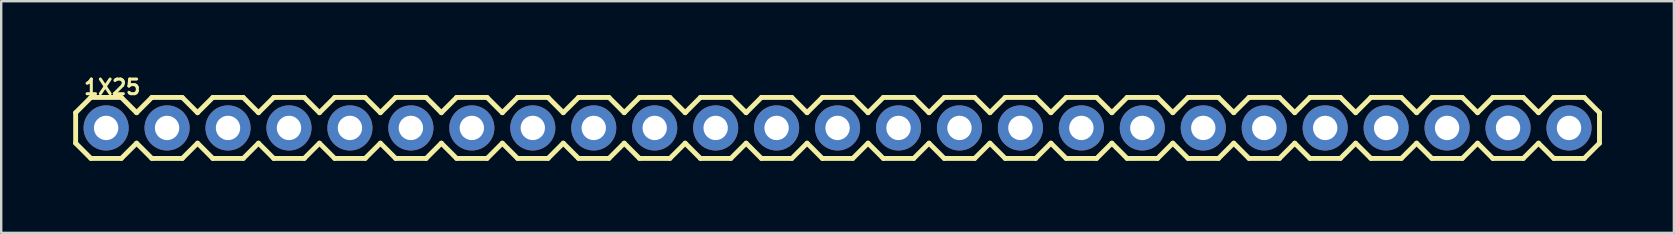
<source format=kicad_pcb>
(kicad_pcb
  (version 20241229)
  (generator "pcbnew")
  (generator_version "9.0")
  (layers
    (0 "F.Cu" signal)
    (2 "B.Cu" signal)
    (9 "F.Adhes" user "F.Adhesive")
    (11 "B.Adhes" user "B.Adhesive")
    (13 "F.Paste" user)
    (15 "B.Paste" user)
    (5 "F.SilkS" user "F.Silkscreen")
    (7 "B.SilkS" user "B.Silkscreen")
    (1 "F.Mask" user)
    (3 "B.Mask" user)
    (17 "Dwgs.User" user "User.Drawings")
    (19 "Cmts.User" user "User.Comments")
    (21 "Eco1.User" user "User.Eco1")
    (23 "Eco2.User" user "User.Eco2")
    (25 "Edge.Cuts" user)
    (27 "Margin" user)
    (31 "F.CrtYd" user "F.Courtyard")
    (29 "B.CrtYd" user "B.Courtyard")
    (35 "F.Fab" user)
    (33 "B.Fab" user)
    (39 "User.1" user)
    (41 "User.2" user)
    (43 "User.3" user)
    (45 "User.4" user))
  (footprint "1X25"
    (layer "F.Cu")
    (at 1.372 2.281)
    (property "Reference" "1X25" (at 0.254 -1.702 0) (layer "F.SilkS") (effects (font (size 0.61 0.61) (thickness 0.127))))
    (attr exclude_from_pos_files exclude_from_bom)
    (fp_line (start -1.27 -0.635) (end -1.27 0.635) (stroke (width 0.203) (type solid)) (layer "F.SilkS"))
    (fp_line (start -1.27 0.635) (end -0.635 1.27) (stroke (width 0.203) (type solid)) (layer "F.SilkS"))
    (fp_line (start -0.635 -1.27) (end -1.27 -0.635) (stroke (width 0.203) (type solid)) (layer "F.SilkS"))
    (fp_line (start -0.635 -1.27) (end 0.635 -1.27) (stroke (width 0.203) (type solid)) (layer "F.SilkS"))
    (fp_line (start 0.635 -1.27) (end 1.27 -0.635) (stroke (width 0.203) (type solid)) (layer "F.SilkS"))
    (fp_line (start 0.635 1.27) (end -0.635 1.27) (stroke (width 0.203) (type solid)) (layer "F.SilkS"))
    (fp_line (start 1.27 -0.635) (end 1.905 -1.27) (stroke (width 0.203) (type solid)) (layer "F.SilkS"))
    (fp_line (start 1.27 0.635) (end 0.635 1.27) (stroke (width 0.203) (type solid)) (layer "F.SilkS"))
    (fp_line (start 1.905 -1.27) (end 3.175 -1.27) (stroke (width 0.203) (type solid)) (layer "F.SilkS"))
    (fp_line (start 1.905 1.27) (end 1.27 0.635) (stroke (width 0.203) (type solid)) (layer "F.SilkS"))
    (fp_line (start 3.175 -1.27) (end 3.81 -0.635) (stroke (width 0.203) (type solid)) (layer "F.SilkS"))
    (fp_line (start 3.175 1.27) (end 1.905 1.27) (stroke (width 0.203) (type solid)) (layer "F.SilkS"))
    (fp_line (start 3.81 -0.635) (end 4.445 -1.27) (stroke (width 0.203) (type solid)) (layer "F.SilkS"))
    (fp_line (start 3.81 0.635) (end 3.175 1.27) (stroke (width 0.203) (type solid)) (layer "F.SilkS"))
    (fp_line (start 4.445 -1.27) (end 5.715 -1.27) (stroke (width 0.203) (type solid)) (layer "F.SilkS"))
    (fp_line (start 4.445 1.27) (end 3.81 0.635) (stroke (width 0.203) (type solid)) (layer "F.SilkS"))
    (fp_line (start 5.715 -1.27) (end 6.35 -0.635) (stroke (width 0.203) (type solid)) (layer "F.SilkS"))
    (fp_line (start 5.715 1.27) (end 4.445 1.27) (stroke (width 0.203) (type solid)) (layer "F.SilkS"))
    (fp_line (start 6.35 0.635) (end 5.715 1.27) (stroke (width 0.203) (type solid)) (layer "F.SilkS"))
    (fp_line (start 6.35 0.635) (end 6.985 1.27) (stroke (width 0.203) (type solid)) (layer "F.SilkS"))
    (fp_line (start 6.985 -1.27) (end 6.35 -0.635) (stroke (width 0.203) (type solid)) (layer "F.SilkS"))
    (fp_line (start 6.985 -1.27) (end 8.255 -1.27) (stroke (width 0.203) (type solid)) (layer "F.SilkS"))
    (fp_line (start 8.255 -1.27) (end 8.89 -0.635) (stroke (width 0.203) (type solid)) (layer "F.SilkS"))
    (fp_line (start 8.255 1.27) (end 6.985 1.27) (stroke (width 0.203) (type solid)) (layer "F.SilkS"))
    (fp_line (start 8.89 -0.635) (end 9.525 -1.27) (stroke (width 0.203) (type solid)) (layer "F.SilkS"))
    (fp_line (start 8.89 0.635) (end 8.255 1.27) (stroke (width 0.203) (type solid)) (layer "F.SilkS"))
    (fp_line (start 9.525 -1.27) (end 10.795 -1.27) (stroke (width 0.203) (type solid)) (layer "F.SilkS"))
    (fp_line (start 9.525 1.27) (end 8.89 0.635) (stroke (width 0.203) (type solid)) (layer "F.SilkS"))
    (fp_line (start 10.795 -1.27) (end 11.43 -0.635) (stroke (width 0.203) (type solid)) (layer "F.SilkS"))
    (fp_line (start 10.795 1.27) (end 9.525 1.27) (stroke (width 0.203) (type solid)) (layer "F.SilkS"))
    (fp_line (start 11.43 -0.635) (end 12.065 -1.27) (stroke (width 0.203) (type solid)) (layer "F.SilkS"))
    (fp_line (start 11.43 0.635) (end 10.795 1.27) (stroke (width 0.203) (type solid)) (layer "F.SilkS"))
    (fp_line (start 12.065 -1.27) (end 13.335 -1.27) (stroke (width 0.203) (type solid)) (layer "F.SilkS"))
    (fp_line (start 12.065 1.27) (end 11.43 0.635) (stroke (width 0.203) (type solid)) (layer "F.SilkS"))
    (fp_line (start 13.335 -1.27) (end 13.97 -0.635) (stroke (width 0.203) (type solid)) (layer "F.SilkS"))
    (fp_line (start 13.335 1.27) (end 12.065 1.27) (stroke (width 0.203) (type solid)) (layer "F.SilkS"))
    (fp_line (start 13.97 0.635) (end 13.335 1.27) (stroke (width 0.203) (type solid)) (layer "F.SilkS"))
    (fp_line (start 13.97 0.635) (end 14.605 1.27) (stroke (width 0.203) (type solid)) (layer "F.SilkS"))
    (fp_line (start 14.605 -1.27) (end 13.97 -0.635) (stroke (width 0.203) (type solid)) (layer "F.SilkS"))
    (fp_line (start 14.605 -1.27) (end 15.875 -1.27) (stroke (width 0.203) (type solid)) (layer "F.SilkS"))
    (fp_line (start 15.875 -1.27) (end 16.51 -0.635) (stroke (width 0.203) (type solid)) (layer "F.SilkS"))
    (fp_line (start 15.875 1.27) (end 14.605 1.27) (stroke (width 0.203) (type solid)) (layer "F.SilkS"))
    (fp_line (start 16.51 0.635) (end 15.875 1.27) (stroke (width 0.203) (type solid)) (layer "F.SilkS"))
    (fp_line (start 16.51 0.635) (end 17.145 1.27) (stroke (width 0.203) (type solid)) (layer "F.SilkS"))
    (fp_line (start 17.145 -1.27) (end 16.51 -0.635) (stroke (width 0.203) (type solid)) (layer "F.SilkS"))
    (fp_line (start 17.145 -1.27) (end 18.415 -1.27) (stroke (width 0.203) (type solid)) (layer "F.SilkS"))
    (fp_line (start 18.415 -1.27) (end 19.05 -0.635) (stroke (width 0.203) (type solid)) (layer "F.SilkS"))
    (fp_line (start 18.415 1.27) (end 17.145 1.27) (stroke (width 0.203) (type solid)) (layer "F.SilkS"))
    (fp_line (start 19.05 -0.635) (end 19.685 -1.27) (stroke (width 0.203) (type solid)) (layer "F.SilkS"))
    (fp_line (start 19.05 0.635) (end 18.415 1.27) (stroke (width 0.203) (type solid)) (layer "F.SilkS"))
    (fp_line (start 19.685 -1.27) (end 20.955 -1.27) (stroke (width 0.203) (type solid)) (layer "F.SilkS"))
    (fp_line (start 19.685 1.27) (end 19.05 0.635) (stroke (width 0.203) (type solid)) (layer "F.SilkS"))
    (fp_line (start 20.955 -1.27) (end 21.59 -0.635) (stroke (width 0.203) (type solid)) (layer "F.SilkS"))
    (fp_line (start 20.955 1.27) (end 19.685 1.27) (stroke (width 0.203) (type solid)) (layer "F.SilkS"))
    (fp_line (start 21.59 -0.635) (end 22.225 -1.27) (stroke (width 0.203) (type solid)) (layer "F.SilkS"))
    (fp_line (start 21.59 0.635) (end 20.955 1.27) (stroke (width 0.203) (type solid)) (layer "F.SilkS"))
    (fp_line (start 22.225 -1.27) (end 23.495 -1.27) (stroke (width 0.203) (type solid)) (layer "F.SilkS"))
    (fp_line (start 22.225 1.27) (end 21.59 0.635) (stroke (width 0.203) (type solid)) (layer "F.SilkS"))
    (fp_line (start 23.495 -1.27) (end 24.13 -0.635) (stroke (width 0.203) (type solid)) (layer "F.SilkS"))
    (fp_line (start 23.495 1.27) (end 22.225 1.27) (stroke (width 0.203) (type solid)) (layer "F.SilkS"))
    (fp_line (start 24.13 0.635) (end 23.495 1.27) (stroke (width 0.203) (type solid)) (layer "F.SilkS"))
    (fp_line (start 24.13 0.635) (end 24.765 1.27) (stroke (width 0.203) (type solid)) (layer "F.SilkS"))
    (fp_line (start 24.765 -1.27) (end 24.13 -0.635) (stroke (width 0.203) (type solid)) (layer "F.SilkS"))
    (fp_line (start 24.765 -1.27) (end 26.035 -1.27) (stroke (width 0.203) (type solid)) (layer "F.SilkS"))
    (fp_line (start 26.035 -1.27) (end 26.67 -0.635) (stroke (width 0.203) (type solid)) (layer "F.SilkS"))
    (fp_line (start 26.035 1.27) (end 24.765 1.27) (stroke (width 0.203) (type solid)) (layer "F.SilkS"))
    (fp_line (start 26.67 -0.635) (end 27.305 -1.27) (stroke (width 0.203) (type solid)) (layer "F.SilkS"))
    (fp_line (start 26.67 0.635) (end 26.035 1.27) (stroke (width 0.203) (type solid)) (layer "F.SilkS"))
    (fp_line (start 27.305 -1.27) (end 28.575 -1.27) (stroke (width 0.203) (type solid)) (layer "F.SilkS"))
    (fp_line (start 27.305 1.27) (end 26.67 0.635) (stroke (width 0.203) (type solid)) (layer "F.SilkS"))
    (fp_line (start 28.575 -1.27) (end 29.21 -0.635) (stroke (width 0.203) (type solid)) (layer "F.SilkS"))
    (fp_line (start 28.575 1.27) (end 27.305 1.27) (stroke (width 0.203) (type solid)) (layer "F.SilkS"))
    (fp_line (start 29.21 -0.635) (end 29.845 -1.27) (stroke (width 0.203) (type solid)) (layer "F.SilkS"))
    (fp_line (start 29.21 0.635) (end 28.575 1.27) (stroke (width 0.203) (type solid)) (layer "F.SilkS"))
    (fp_line (start 29.845 -1.27) (end 31.115 -1.27) (stroke (width 0.203) (type solid)) (layer "F.SilkS"))
    (fp_line (start 29.845 1.27) (end 29.21 0.635) (stroke (width 0.203) (type solid)) (layer "F.SilkS"))
    (fp_line (start 31.115 -1.27) (end 31.75 -0.635) (stroke (width 0.203) (type solid)) (layer "F.SilkS"))
    (fp_line (start 31.115 1.27) (end 29.845 1.27) (stroke (width 0.203) (type solid)) (layer "F.SilkS"))
    (fp_line (start 31.75 0.635) (end 31.115 1.27) (stroke (width 0.203) (type solid)) (layer "F.SilkS"))
    (fp_line (start 31.75 0.635) (end 32.385 1.27) (stroke (width 0.203) (type solid)) (layer "F.SilkS"))
    (fp_line (start 32.385 -1.27) (end 31.75 -0.635) (stroke (width 0.203) (type solid)) (layer "F.SilkS"))
    (fp_line (start 32.385 -1.27) (end 33.655 -1.27) (stroke (width 0.203) (type solid)) (layer "F.SilkS"))
    (fp_line (start 33.655 -1.27) (end 34.29 -0.635) (stroke (width 0.203) (type solid)) (layer "F.SilkS"))
    (fp_line (start 33.655 1.27) (end 32.385 1.27) (stroke (width 0.203) (type solid)) (layer "F.SilkS"))
    (fp_line (start 34.29 0.635) (end 33.655 1.27) (stroke (width 0.203) (type solid)) (layer "F.SilkS"))
    (fp_line (start 34.29 0.635) (end 34.925 1.27) (stroke (width 0.203) (type solid)) (layer "F.SilkS"))
    (fp_line (start 34.925 -1.27) (end 34.29 -0.635) (stroke (width 0.203) (type solid)) (layer "F.SilkS"))
    (fp_line (start 34.925 -1.27) (end 36.195 -1.27) (stroke (width 0.203) (type solid)) (layer "F.SilkS"))
    (fp_line (start 36.195 -1.27) (end 36.83 -0.635) (stroke (width 0.203) (type solid)) (layer "F.SilkS"))
    (fp_line (start 36.195 1.27) (end 34.925 1.27) (stroke (width 0.203) (type solid)) (layer "F.SilkS"))
    (fp_line (start 36.83 0.635) (end 36.195 1.27) (stroke (width 0.203) (type solid)) (layer "F.SilkS"))
    (fp_line (start 36.83 0.635) (end 37.465 1.27) (stroke (width 0.203) (type solid)) (layer "F.SilkS"))
    (fp_line (start 37.465 -1.27) (end 36.83 -0.635) (stroke (width 0.203) (type solid)) (layer "F.SilkS"))
    (fp_line (start 37.465 -1.27) (end 38.735 -1.27) (stroke (width 0.203) (type solid)) (layer "F.SilkS"))
    (fp_line (start 38.735 -1.27) (end 39.37 -0.635) (stroke (width 0.203) (type solid)) (layer "F.SilkS"))
    (fp_line (start 38.735 1.27) (end 37.465 1.27) (stroke (width 0.203) (type solid)) (layer "F.SilkS"))
    (fp_line (start 39.37 0.635) (end 38.735 1.27) (stroke (width 0.203) (type solid)) (layer "F.SilkS"))
    (fp_line (start 39.37 0.635) (end 40.005 1.27) (stroke (width 0.203) (type solid)) (layer "F.SilkS"))
    (fp_line (start 40.005 -1.27) (end 39.37 -0.635) (stroke (width 0.203) (type solid)) (layer "F.SilkS"))
    (fp_line (start 40.005 -1.27) (end 41.275 -1.27) (stroke (width 0.203) (type solid)) (layer "F.SilkS"))
    (fp_line (start 41.275 -1.27) (end 41.91 -0.635) (stroke (width 0.203) (type solid)) (layer "F.SilkS"))
    (fp_line (start 41.275 1.27) (end 40.005 1.27) (stroke (width 0.203) (type solid)) (layer "F.SilkS"))
    (fp_line (start 41.91 0.635) (end 41.275 1.27) (stroke (width 0.203) (type solid)) (layer "F.SilkS"))
    (fp_line (start 41.91 0.635) (end 42.545 1.27) (stroke (width 0.203) (type solid)) (layer "F.SilkS"))
    (fp_line (start 42.545 -1.27) (end 41.91 -0.635) (stroke (width 0.203) (type solid)) (layer "F.SilkS"))
    (fp_line (start 42.545 -1.27) (end 43.815 -1.27) (stroke (width 0.203) (type solid)) (layer "F.SilkS"))
    (fp_line (start 43.815 -1.27) (end 44.45 -0.635) (stroke (width 0.203) (type solid)) (layer "F.SilkS"))
    (fp_line (start 43.815 1.27) (end 42.545 1.27) (stroke (width 0.203) (type solid)) (layer "F.SilkS"))
    (fp_line (start 44.45 0.635) (end 43.815 1.27) (stroke (width 0.203) (type solid)) (layer "F.SilkS"))
    (fp_line (start 44.45 0.635) (end 45.085 1.27) (stroke (width 0.203) (type solid)) (layer "F.SilkS"))
    (fp_line (start 45.085 -1.27) (end 44.45 -0.635) (stroke (width 0.203) (type solid)) (layer "F.SilkS"))
    (fp_line (start 45.085 -1.27) (end 46.355 -1.27) (stroke (width 0.203) (type solid)) (layer "F.SilkS"))
    (fp_line (start 46.355 -1.27) (end 46.99 -0.635) (stroke (width 0.203) (type solid)) (layer "F.SilkS"))
    (fp_line (start 46.355 1.27) (end 45.085 1.27) (stroke (width 0.203) (type solid)) (layer "F.SilkS"))
    (fp_line (start 46.99 0.635) (end 46.355 1.27) (stroke (width 0.203) (type solid)) (layer "F.SilkS"))
    (fp_line (start 46.99 0.635) (end 47.625 1.27) (stroke (width 0.203) (type solid)) (layer "F.SilkS"))
    (fp_line (start 47.625 -1.27) (end 46.99 -0.635) (stroke (width 0.203) (type solid)) (layer "F.SilkS"))
    (fp_line (start 47.625 -1.27) (end 48.895 -1.27) (stroke (width 0.203) (type solid)) (layer "F.SilkS"))
    (fp_line (start 48.895 -1.27) (end 49.53 -0.635) (stroke (width 0.203) (type solid)) (layer "F.SilkS"))
    (fp_line (start 48.895 1.27) (end 47.625 1.27) (stroke (width 0.203) (type solid)) (layer "F.SilkS"))
    (fp_line (start 49.53 0.635) (end 48.895 1.27) (stroke (width 0.203) (type solid)) (layer "F.SilkS"))
    (fp_line (start 49.53 0.635) (end 50.165 1.27) (stroke (width 0.203) (type solid)) (layer "F.SilkS"))
    (fp_line (start 50.165 -1.27) (end 49.53 -0.635) (stroke (width 0.203) (type solid)) (layer "F.SilkS"))
    (fp_line (start 50.165 -1.27) (end 51.435 -1.27) (stroke (width 0.203) (type solid)) (layer "F.SilkS"))
    (fp_line (start 51.435 -1.27) (end 52.07 -0.635) (stroke (width 0.203) (type solid)) (layer "F.SilkS"))
    (fp_line (start 51.435 1.27) (end 50.165 1.27) (stroke (width 0.203) (type solid)) (layer "F.SilkS"))
    (fp_line (start 52.07 0.635) (end 51.435 1.27) (stroke (width 0.203) (type solid)) (layer "F.SilkS"))
    (fp_line (start 52.07 0.635) (end 52.705 1.27) (stroke (width 0.203) (type solid)) (layer "F.SilkS"))
    (fp_line (start 52.705 -1.27) (end 52.07 -0.635) (stroke (width 0.203) (type solid)) (layer "F.SilkS"))
    (fp_line (start 52.705 -1.27) (end 53.975 -1.27) (stroke (width 0.203) (type solid)) (layer "F.SilkS"))
    (fp_line (start 53.975 -1.27) (end 54.61 -0.635) (stroke (width 0.203) (type solid)) (layer "F.SilkS"))
    (fp_line (start 53.975 1.27) (end 52.705 1.27) (stroke (width 0.203) (type solid)) (layer "F.SilkS"))
    (fp_line (start 54.61 0.635) (end 53.975 1.27) (stroke (width 0.203) (type solid)) (layer "F.SilkS"))
    (fp_line (start 54.61 0.635) (end 55.245 1.27) (stroke (width 0.203) (type solid)) (layer "F.SilkS"))
    (fp_line (start 55.245 -1.27) (end 54.61 -0.635) (stroke (width 0.203) (type solid)) (layer "F.SilkS"))
    (fp_line (start 55.245 -1.27) (end 56.515 -1.27) (stroke (width 0.203) (type solid)) (layer "F.SilkS"))
    (fp_line (start 56.515 -1.27) (end 57.15 -0.635) (stroke (width 0.203) (type solid)) (layer "F.SilkS"))
    (fp_line (start 56.515 1.27) (end 55.245 1.27) (stroke (width 0.203) (type solid)) (layer "F.SilkS"))
    (fp_line (start 57.15 0.635) (end 56.515 1.27) (stroke (width 0.203) (type solid)) (layer "F.SilkS"))
    (fp_line (start 57.15 0.635) (end 57.785 1.27) (stroke (width 0.203) (type solid)) (layer "F.SilkS"))
    (fp_line (start 57.785 -1.27) (end 57.15 -0.635) (stroke (width 0.203) (type solid)) (layer "F.SilkS"))
    (fp_line (start 57.785 -1.27) (end 59.055 -1.27) (stroke (width 0.203) (type solid)) (layer "F.SilkS"))
    (fp_line (start 59.055 -1.27) (end 59.69 -0.635) (stroke (width 0.203) (type solid)) (layer "F.SilkS"))
    (fp_line (start 59.055 1.27) (end 57.785 1.27) (stroke (width 0.203) (type solid)) (layer "F.SilkS"))
    (fp_line (start 59.69 0.635) (end 59.055 1.27) (stroke (width 0.203) (type solid)) (layer "F.SilkS"))
    (fp_line (start 59.69 0.635) (end 60.325 1.27) (stroke (width 0.203) (type solid)) (layer "F.SilkS"))
    (fp_line (start 60.325 -1.27) (end 59.69 -0.635) (stroke (width 0.203) (type solid)) (layer "F.SilkS"))
    (fp_line (start 60.325 -1.27) (end 61.595 -1.27) (stroke (width 0.203) (type solid)) (layer "F.SilkS"))
    (fp_line (start 61.595 -1.27) (end 62.23 -0.635) (stroke (width 0.203) (type solid)) (layer "F.SilkS"))
    (fp_line (start 61.595 1.27) (end 60.325 1.27) (stroke (width 0.203) (type solid)) (layer "F.SilkS"))
    (fp_line (start 62.23 -0.635) (end 62.23 0.635) (stroke (width 0.203) (type solid)) (layer "F.SilkS"))
    (fp_line (start 62.23 0.635) (end 61.595 1.27) (stroke (width 0.203) (type solid)) (layer "F.SilkS"))
    (fp_line (start -0.254 -0.254) (end 0.254 -0.254) (stroke (width 0.066) (type solid)) (layer "Dwgs.User"))
    (fp_line (start -0.254 0.254) (end -0.254 -0.254) (stroke (width 0.066) (type solid)) (layer "Dwgs.User"))
    (fp_line (start -0.254 0.254) (end 0.254 0.254) (stroke (width 0.066) (type solid)) (layer "Dwgs.User"))
    (fp_line (start 0.254 0.254) (end 0.254 -0.254) (stroke (width 0.066) (type solid)) (layer "Dwgs.User"))
    (fp_line (start 2.286 -0.254) (end 2.794 -0.254) (stroke (width 0.066) (type solid)) (layer "Dwgs.User"))
    (fp_line (start 2.286 0.254) (end 2.286 -0.254) (stroke (width 0.066) (type solid)) (layer "Dwgs.User"))
    (fp_line (start 2.286 0.254) (end 2.794 0.254) (stroke (width 0.066) (type solid)) (layer "Dwgs.User"))
    (fp_line (start 2.794 0.254) (end 2.794 -0.254) (stroke (width 0.066) (type solid)) (layer "Dwgs.User"))
    (fp_line (start 4.826 -0.254) (end 5.334 -0.254) (stroke (width 0.066) (type solid)) (layer "Dwgs.User"))
    (fp_line (start 4.826 0.254) (end 4.826 -0.254) (stroke (width 0.066) (type solid)) (layer "Dwgs.User"))
    (fp_line (start 4.826 0.254) (end 5.334 0.254) (stroke (width 0.066) (type solid)) (layer "Dwgs.User"))
    (fp_line (start 5.334 0.254) (end 5.334 -0.254) (stroke (width 0.066) (type solid)) (layer "Dwgs.User"))
    (fp_line (start 7.366 -0.254) (end 7.874 -0.254) (stroke (width 0.066) (type solid)) (layer "Dwgs.User"))
    (fp_line (start 7.366 0.254) (end 7.366 -0.254) (stroke (width 0.066) (type solid)) (layer "Dwgs.User"))
    (fp_line (start 7.366 0.254) (end 7.874 0.254) (stroke (width 0.066) (type solid)) (layer "Dwgs.User"))
    (fp_line (start 7.874 0.254) (end 7.874 -0.254) (stroke (width 0.066) (type solid)) (layer "Dwgs.User"))
    (fp_line (start 9.906 -0.254) (end 10.414 -0.254) (stroke (width 0.066) (type solid)) (layer "Dwgs.User"))
    (fp_line (start 9.906 0.254) (end 9.906 -0.254) (stroke (width 0.066) (type solid)) (layer "Dwgs.User"))
    (fp_line (start 9.906 0.254) (end 10.414 0.254) (stroke (width 0.066) (type solid)) (layer "Dwgs.User"))
    (fp_line (start 10.414 0.254) (end 10.414 -0.254) (stroke (width 0.066) (type solid)) (layer "Dwgs.User"))
    (fp_line (start 12.446 -0.254) (end 12.954 -0.254) (stroke (width 0.066) (type solid)) (layer "Dwgs.User"))
    (fp_line (start 12.446 0.254) (end 12.446 -0.254) (stroke (width 0.066) (type solid)) (layer "Dwgs.User"))
    (fp_line (start 12.446 0.254) (end 12.954 0.254) (stroke (width 0.066) (type solid)) (layer "Dwgs.User"))
    (fp_line (start 12.954 0.254) (end 12.954 -0.254) (stroke (width 0.066) (type solid)) (layer "Dwgs.User"))
    (fp_line (start 14.986 -0.254) (end 15.494 -0.254) (stroke (width 0.066) (type solid)) (layer "Dwgs.User"))
    (fp_line (start 14.986 0.254) (end 14.986 -0.254) (stroke (width 0.066) (type solid)) (layer "Dwgs.User"))
    (fp_line (start 14.986 0.254) (end 15.494 0.254) (stroke (width 0.066) (type solid)) (layer "Dwgs.User"))
    (fp_line (start 15.494 0.254) (end 15.494 -0.254) (stroke (width 0.066) (type solid)) (layer "Dwgs.User"))
    (fp_line (start 17.523 -0.254) (end 18.034 -0.254) (stroke (width 0.066) (type solid)) (layer "Dwgs.User"))
    (fp_line (start 17.523 0.254) (end 17.523 -0.254) (stroke (width 0.066) (type solid)) (layer "Dwgs.User"))
    (fp_line (start 17.523 0.254) (end 18.034 0.254) (stroke (width 0.066) (type solid)) (layer "Dwgs.User"))
    (fp_line (start 18.034 0.254) (end 18.034 -0.254) (stroke (width 0.066) (type solid)) (layer "Dwgs.User"))
    (fp_line (start 20.066 -0.254) (end 20.574 -0.254) (stroke (width 0.066) (type solid)) (layer "Dwgs.User"))
    (fp_line (start 20.066 0.254) (end 20.066 -0.254) (stroke (width 0.066) (type solid)) (layer "Dwgs.User"))
    (fp_line (start 20.066 0.254) (end 20.574 0.254) (stroke (width 0.066) (type solid)) (layer "Dwgs.User"))
    (fp_line (start 20.574 0.254) (end 20.574 -0.254) (stroke (width 0.066) (type solid)) (layer "Dwgs.User"))
    (fp_line (start 22.606 -0.254) (end 23.114 -0.254) (stroke (width 0.066) (type solid)) (layer "Dwgs.User"))
    (fp_line (start 22.606 0.254) (end 22.606 -0.254) (stroke (width 0.066) (type solid)) (layer "Dwgs.User"))
    (fp_line (start 22.606 0.254) (end 23.114 0.254) (stroke (width 0.066) (type solid)) (layer "Dwgs.User"))
    (fp_line (start 23.114 0.254) (end 23.114 -0.254) (stroke (width 0.066) (type solid)) (layer "Dwgs.User"))
    (fp_line (start 25.146 -0.254) (end 25.654 -0.254) (stroke (width 0.066) (type solid)) (layer "Dwgs.User"))
    (fp_line (start 25.146 0.254) (end 25.146 -0.254) (stroke (width 0.066) (type solid)) (layer "Dwgs.User"))
    (fp_line (start 25.146 0.254) (end 25.654 0.254) (stroke (width 0.066) (type solid)) (layer "Dwgs.User"))
    (fp_line (start 25.654 0.254) (end 25.654 -0.254) (stroke (width 0.066) (type solid)) (layer "Dwgs.User"))
    (fp_line (start 27.686 -0.254) (end 28.194 -0.254) (stroke (width 0.066) (type solid)) (layer "Dwgs.User"))
    (fp_line (start 27.686 0.254) (end 27.686 -0.254) (stroke (width 0.066) (type solid)) (layer "Dwgs.User"))
    (fp_line (start 27.686 0.254) (end 28.194 0.254) (stroke (width 0.066) (type solid)) (layer "Dwgs.User"))
    (fp_line (start 28.194 0.254) (end 28.194 -0.254) (stroke (width 0.066) (type solid)) (layer "Dwgs.User"))
    (fp_line (start 30.226 -0.254) (end 30.734 -0.254) (stroke (width 0.066) (type solid)) (layer "Dwgs.User"))
    (fp_line (start 30.226 0.254) (end 30.226 -0.254) (stroke (width 0.066) (type solid)) (layer "Dwgs.User"))
    (fp_line (start 30.226 0.254) (end 30.734 0.254) (stroke (width 0.066) (type solid)) (layer "Dwgs.User"))
    (fp_line (start 30.734 0.254) (end 30.734 -0.254) (stroke (width 0.066) (type solid)) (layer "Dwgs.User"))
    (fp_line (start 32.766 -0.254) (end 33.274 -0.254) (stroke (width 0.066) (type solid)) (layer "Dwgs.User"))
    (fp_line (start 32.766 0.254) (end 32.766 -0.254) (stroke (width 0.066) (type solid)) (layer "Dwgs.User"))
    (fp_line (start 32.766 0.254) (end 33.274 0.254) (stroke (width 0.066) (type solid)) (layer "Dwgs.User"))
    (fp_line (start 33.274 0.254) (end 33.274 -0.254) (stroke (width 0.066) (type solid)) (layer "Dwgs.User"))
    (fp_line (start 35.303 -0.254) (end 35.814 -0.254) (stroke (width 0.066) (type solid)) (layer "Dwgs.User"))
    (fp_line (start 35.303 0.254) (end 35.303 -0.254) (stroke (width 0.066) (type solid)) (layer "Dwgs.User"))
    (fp_line (start 35.303 0.254) (end 35.814 0.254) (stroke (width 0.066) (type solid)) (layer "Dwgs.User"))
    (fp_line (start 35.814 0.254) (end 35.814 -0.254) (stroke (width 0.066) (type solid)) (layer "Dwgs.User"))
    (fp_line (start 37.846 -0.254) (end 38.354 -0.254) (stroke (width 0.066) (type solid)) (layer "Dwgs.User"))
    (fp_line (start 37.846 0.254) (end 37.846 -0.254) (stroke (width 0.066) (type solid)) (layer "Dwgs.User"))
    (fp_line (start 37.846 0.254) (end 38.354 0.254) (stroke (width 0.066) (type solid)) (layer "Dwgs.User"))
    (fp_line (start 38.354 0.254) (end 38.354 -0.254) (stroke (width 0.066) (type solid)) (layer "Dwgs.User"))
    (fp_line (start 40.386 -0.254) (end 40.894 -0.254) (stroke (width 0.066) (type solid)) (layer "Dwgs.User"))
    (fp_line (start 40.386 0.254) (end 40.386 -0.254) (stroke (width 0.066) (type solid)) (layer "Dwgs.User"))
    (fp_line (start 40.386 0.254) (end 40.894 0.254) (stroke (width 0.066) (type solid)) (layer "Dwgs.User"))
    (fp_line (start 40.894 0.254) (end 40.894 -0.254) (stroke (width 0.066) (type solid)) (layer "Dwgs.User"))
    (fp_line (start 42.926 -0.254) (end 43.434 -0.254) (stroke (width 0.066) (type solid)) (layer "Dwgs.User"))
    (fp_line (start 42.926 0.254) (end 42.926 -0.254) (stroke (width 0.066) (type solid)) (layer "Dwgs.User"))
    (fp_line (start 42.926 0.254) (end 43.434 0.254) (stroke (width 0.066) (type solid)) (layer "Dwgs.User"))
    (fp_line (start 43.434 0.254) (end 43.434 -0.254) (stroke (width 0.066) (type solid)) (layer "Dwgs.User"))
    (fp_line (start 45.466 -0.254) (end 45.974 -0.254) (stroke (width 0.066) (type solid)) (layer "Dwgs.User"))
    (fp_line (start 45.466 0.254) (end 45.466 -0.254) (stroke (width 0.066) (type solid)) (layer "Dwgs.User"))
    (fp_line (start 45.466 0.254) (end 45.974 0.254) (stroke (width 0.066) (type solid)) (layer "Dwgs.User"))
    (fp_line (start 45.974 0.254) (end 45.974 -0.254) (stroke (width 0.066) (type solid)) (layer "Dwgs.User"))
    (fp_line (start 48.006 -0.254) (end 48.514 -0.254) (stroke (width 0.066) (type solid)) (layer "Dwgs.User"))
    (fp_line (start 48.006 0.254) (end 48.006 -0.254) (stroke (width 0.066) (type solid)) (layer "Dwgs.User"))
    (fp_line (start 48.006 0.254) (end 48.514 0.254) (stroke (width 0.066) (type solid)) (layer "Dwgs.User"))
    (fp_line (start 48.514 0.254) (end 48.514 -0.254) (stroke (width 0.066) (type solid)) (layer "Dwgs.User"))
    (fp_line (start 50.546 -0.254) (end 51.051 -0.254) (stroke (width 0.066) (type solid)) (layer "Dwgs.User"))
    (fp_line (start 50.546 0.254) (end 50.546 -0.254) (stroke (width 0.066) (type solid)) (layer "Dwgs.User"))
    (fp_line (start 50.546 0.254) (end 51.051 0.254) (stroke (width 0.066) (type solid)) (layer "Dwgs.User"))
    (fp_line (start 51.051 0.254) (end 51.051 -0.254) (stroke (width 0.066) (type solid)) (layer "Dwgs.User"))
    (fp_line (start 53.086 -0.254) (end 53.594 -0.254) (stroke (width 0.066) (type solid)) (layer "Dwgs.User"))
    (fp_line (start 53.086 0.254) (end 53.086 -0.254) (stroke (width 0.066) (type solid)) (layer "Dwgs.User"))
    (fp_line (start 53.086 0.254) (end 53.594 0.254) (stroke (width 0.066) (type solid)) (layer "Dwgs.User"))
    (fp_line (start 53.594 0.254) (end 53.594 -0.254) (stroke (width 0.066) (type solid)) (layer "Dwgs.User"))
    (fp_line (start 55.626 -0.254) (end 56.134 -0.254) (stroke (width 0.066) (type solid)) (layer "Dwgs.User"))
    (fp_line (start 55.626 0.254) (end 55.626 -0.254) (stroke (width 0.066) (type solid)) (layer "Dwgs.User"))
    (fp_line (start 55.626 0.254) (end 56.134 0.254) (stroke (width 0.066) (type solid)) (layer "Dwgs.User"))
    (fp_line (start 56.134 0.254) (end 56.134 -0.254) (stroke (width 0.066) (type solid)) (layer "Dwgs.User"))
    (fp_line (start 58.166 -0.254) (end 58.674 -0.254) (stroke (width 0.066) (type solid)) (layer "Dwgs.User"))
    (fp_line (start 58.166 0.254) (end 58.166 -0.254) (stroke (width 0.066) (type solid)) (layer "Dwgs.User"))
    (fp_line (start 58.166 0.254) (end 58.674 0.254) (stroke (width 0.066) (type solid)) (layer "Dwgs.User"))
    (fp_line (start 58.674 0.254) (end 58.674 -0.254) (stroke (width 0.066) (type solid)) (layer "Dwgs.User"))
    (fp_line (start 60.706 -0.254) (end 61.214 -0.254) (stroke (width 0.066) (type solid)) (layer "Dwgs.User"))
    (fp_line (start 60.706 0.254) (end 60.706 -0.254) (stroke (width 0.066) (type solid)) (layer "Dwgs.User"))
    (fp_line (start 60.706 0.254) (end 61.214 0.254) (stroke (width 0.066) (type solid)) (layer "Dwgs.User"))
    (fp_line (start 61.214 0.254) (end 61.214 -0.254) (stroke (width 0.066) (type solid)) (layer "Dwgs.User"))
    (pad "1" thru_hole circle (at 0 0) (size 1.88 1.88) (drill 1.016) (layers "*.Cu" "*.Paste" "*.Mask"))
    (pad "2" thru_hole circle (at 2.54 0) (size 1.88 1.88) (drill 1.016) (layers "*.Cu" "*.Paste" "*.Mask"))
    (pad "3" thru_hole circle (at 5.08 0) (size 1.88 1.88) (drill 1.016) (layers "*.Cu" "*.Paste" "*.Mask"))
    (pad "4" thru_hole circle (at 7.62 0) (size 1.88 1.88) (drill 1.016) (layers "*.Cu" "*.Paste" "*.Mask"))
    (pad "5" thru_hole circle (at 10.16 0) (size 1.88 1.88) (drill 1.016) (layers "*.Cu" "*.Paste" "*.Mask"))
    (pad "6" thru_hole circle (at 12.7 0) (size 1.88 1.88) (drill 1.016) (layers "*.Cu" "*.Paste" "*.Mask"))
    (pad "7" thru_hole circle (at 15.24 0) (size 1.88 1.88) (drill 1.016) (layers "*.Cu" "*.Paste" "*.Mask"))
    (pad "8" thru_hole circle (at 17.78 0) (size 1.88 1.88) (drill 1.016) (layers "*.Cu" "*.Paste" "*.Mask"))
    (pad "9" thru_hole circle (at 20.32 0) (size 1.88 1.88) (drill 1.016) (layers "*.Cu" "*.Paste" "*.Mask"))
    (pad "10" thru_hole circle (at 22.86 0) (size 1.88 1.88) (drill 1.016) (layers "*.Cu" "*.Paste" "*.Mask"))
    (pad "11" thru_hole circle (at 25.4 0) (size 1.88 1.88) (drill 1.016) (layers "*.Cu" "*.Paste" "*.Mask"))
    (pad "12" thru_hole circle (at 27.94 0) (size 1.88 1.88) (drill 1.016) (layers "*.Cu" "*.Paste" "*.Mask"))
    (pad "13" thru_hole circle (at 30.48 0) (size 1.88 1.88) (drill 1.016) (layers "*.Cu" "*.Paste" "*.Mask"))
    (pad "14" thru_hole circle (at 33.02 0) (size 1.88 1.88) (drill 1.016) (layers "*.Cu" "*.Paste" "*.Mask"))
    (pad "15" thru_hole circle (at 35.56 0) (size 1.88 1.88) (drill 1.016) (layers "*.Cu" "*.Paste" "*.Mask"))
    (pad "16" thru_hole circle (at 38.1 0) (size 1.88 1.88) (drill 1.016) (layers "*.Cu" "*.Paste" "*.Mask"))
    (pad "17" thru_hole circle (at 40.64 0) (size 1.88 1.88) (drill 1.016) (layers "*.Cu" "*.Paste" "*.Mask"))
    (pad "18" thru_hole circle (at 43.18 0) (size 1.88 1.88) (drill 1.016) (layers "*.Cu" "*.Paste" "*.Mask"))
    (pad "19" thru_hole circle (at 45.72 0) (size 1.88 1.88) (drill 1.016) (layers "*.Cu" "*.Paste" "*.Mask"))
    (pad "20" thru_hole circle (at 48.26 0) (size 1.88 1.88) (drill 1.016) (layers "*.Cu" "*.Paste" "*.Mask"))
    (pad "21" thru_hole circle (at 50.8 0) (size 1.88 1.88) (drill 1.016) (layers "*.Cu" "*.Paste" "*.Mask"))
    (pad "22" thru_hole circle (at 53.34 0) (size 1.88 1.88) (drill 1.016) (layers "*.Cu" "*.Paste" "*.Mask"))
    (pad "23" thru_hole circle (at 55.88 0) (size 1.88 1.88) (drill 1.016) (layers "*.Cu" "*.Paste" "*.Mask"))
    (pad "24" thru_hole circle (at 58.42 0) (size 1.88 1.88) (drill 1.016) (layers "*.Cu" "*.Paste" "*.Mask"))
    (pad "25" thru_hole circle (at 60.96 0) (size 1.88 1.88) (drill 1.016) (layers "*.Cu" "*.Paste" "*.Mask")))
  (gr_rect
    (start -3 -3)
    (end 66.703 6.653)
    (stroke (width 0.1) (type default))
    (fill no)
    (layer "Edge.Cuts")))
</source>
